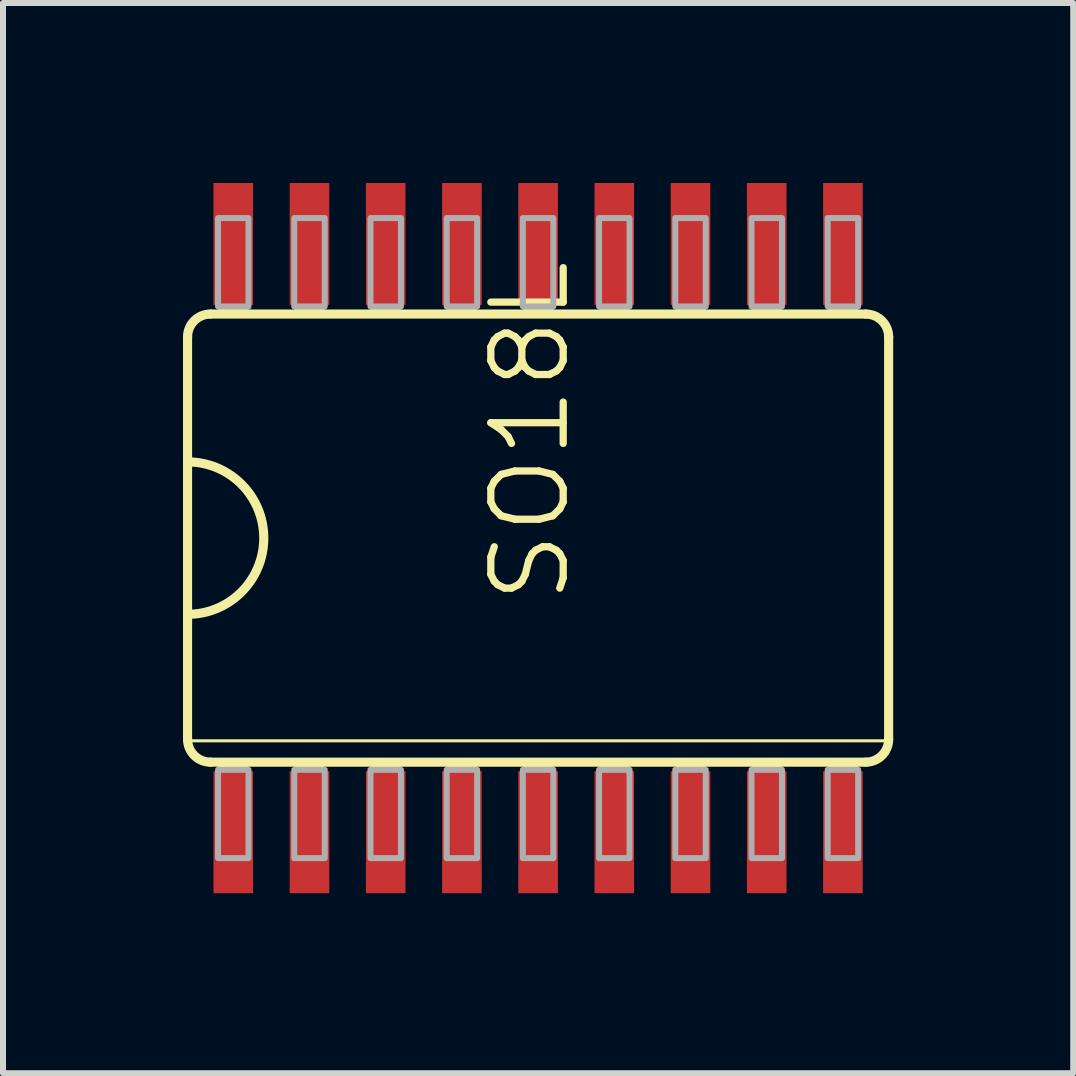
<source format=kicad_pcb>
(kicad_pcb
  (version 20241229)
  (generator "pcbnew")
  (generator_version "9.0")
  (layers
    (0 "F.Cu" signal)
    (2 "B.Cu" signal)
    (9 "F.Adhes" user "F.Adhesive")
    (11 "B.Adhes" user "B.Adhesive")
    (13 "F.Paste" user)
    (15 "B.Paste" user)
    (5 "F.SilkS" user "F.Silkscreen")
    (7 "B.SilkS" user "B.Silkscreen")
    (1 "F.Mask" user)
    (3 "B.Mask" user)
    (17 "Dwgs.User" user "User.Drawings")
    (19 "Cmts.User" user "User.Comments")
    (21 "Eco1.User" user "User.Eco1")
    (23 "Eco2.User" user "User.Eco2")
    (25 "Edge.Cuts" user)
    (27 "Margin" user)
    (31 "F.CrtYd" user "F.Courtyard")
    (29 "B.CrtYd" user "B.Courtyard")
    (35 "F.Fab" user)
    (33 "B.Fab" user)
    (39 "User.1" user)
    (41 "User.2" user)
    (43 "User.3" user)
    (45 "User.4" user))
  (footprint "SO18L"
    (layer "F.Cu")
    (at 5.918 5.918)
    (property "Reference" "SO18L" (at 0.572 1.143 90) (layer "F.SilkS") (effects (font (size 1.206 1.206) (thickness 0.121)) (justify left bottom)))
    (attr through_hole)
    (fp_line (start -5.842 -3.353) (end -5.842 3.353) (stroke (width 0.152) (type solid)) (layer "F.SilkS"))
    (fp_line (start -5.842 3.378) (end 5.842 3.378) (stroke (width 0.051) (type solid)) (layer "F.SilkS"))
    (fp_line (start -5.461 3.734) (end 5.461 3.734) (stroke (width 0.152) (type solid)) (layer "F.SilkS"))
    (fp_line (start 5.461 -3.734) (end -5.461 -3.734) (stroke (width 0.152) (type solid)) (layer "F.SilkS"))
    (fp_line (start 5.842 3.353) (end 5.842 -3.353) (stroke (width 0.152) (type solid)) (layer "F.SilkS"))
    (fp_arc (start -5.842 -3.3528) (mid -5.730408 -3.622208) (end -5.461 -3.7338) (stroke (width 0.1524) (type solid)) (layer "F.SilkS"))
    (fp_arc (start -5.842 -1.27) (mid -4.572 0) (end -5.842 1.27) (stroke (width 0.1524) (type solid)) (layer "F.SilkS"))
    (fp_arc (start -5.461 3.7338) (mid -5.730408 3.622208) (end -5.842 3.3528) (stroke (width 0.1524) (type solid)) (layer "F.SilkS"))
    (fp_arc (start 5.461 -3.7338) (mid 5.730408 -3.622208) (end 5.842 -3.3528) (stroke (width 0.1524) (type solid)) (layer "F.SilkS"))
    (fp_arc (start 5.842 3.3528) (mid 5.730408 3.622208) (end 5.461 3.7338) (stroke (width 0.1524) (type solid)) (layer "F.SilkS"))
    (fp_poly (pts (xy -5.334 -3.734) (xy -4.826 -3.734) (xy -4.826 -3.861) (xy -5.334 -3.861)) (stroke (width 0) (type solid)) (fill yes) (layer "F.SilkS"))
    (fp_poly (pts (xy -5.334 3.861) (xy -4.826 3.861) (xy -4.826 3.734) (xy -5.334 3.734)) (stroke (width 0) (type solid)) (fill yes) (layer "F.SilkS"))
    (fp_poly (pts (xy -4.064 -3.734) (xy -3.556 -3.734) (xy -3.556 -3.861) (xy -4.064 -3.861)) (stroke (width 0) (type solid)) (fill yes) (layer "F.SilkS"))
    (fp_poly (pts (xy -4.064 3.861) (xy -3.556 3.861) (xy -3.556 3.734) (xy -4.064 3.734)) (stroke (width 0) (type solid)) (fill yes) (layer "F.SilkS"))
    (fp_poly (pts (xy -2.794 -3.734) (xy -2.286 -3.734) (xy -2.286 -3.861) (xy -2.794 -3.861)) (stroke (width 0) (type solid)) (fill yes) (layer "F.SilkS"))
    (fp_poly (pts (xy -2.794 3.861) (xy -2.286 3.861) (xy -2.286 3.734) (xy -2.794 3.734)) (stroke (width 0) (type solid)) (fill yes) (layer "F.SilkS"))
    (fp_poly (pts (xy -1.524 -3.734) (xy -1.016 -3.734) (xy -1.016 -3.861) (xy -1.524 -3.861)) (stroke (width 0) (type solid)) (fill yes) (layer "F.SilkS"))
    (fp_poly (pts (xy -1.524 3.861) (xy -1.016 3.861) (xy -1.016 3.734) (xy -1.524 3.734)) (stroke (width 0) (type solid)) (fill yes) (layer "F.SilkS"))
    (fp_poly (pts (xy -0.254 -3.734) (xy 0.254 -3.734) (xy 0.254 -3.861) (xy -0.254 -3.861)) (stroke (width 0) (type solid)) (fill yes) (layer "F.SilkS"))
    (fp_poly (pts (xy -0.254 3.861) (xy 0.254 3.861) (xy 0.254 3.734) (xy -0.254 3.734)) (stroke (width 0) (type solid)) (fill yes) (layer "F.SilkS"))
    (fp_poly (pts (xy 1.016 -3.734) (xy 1.524 -3.734) (xy 1.524 -3.861) (xy 1.016 -3.861)) (stroke (width 0) (type solid)) (fill yes) (layer "F.SilkS"))
    (fp_poly (pts (xy 1.016 3.861) (xy 1.524 3.861) (xy 1.524 3.734) (xy 1.016 3.734)) (stroke (width 0) (type solid)) (fill yes) (layer "F.SilkS"))
    (fp_poly (pts (xy 2.286 -3.734) (xy 2.794 -3.734) (xy 2.794 -3.861) (xy 2.286 -3.861)) (stroke (width 0) (type solid)) (fill yes) (layer "F.SilkS"))
    (fp_poly (pts (xy 2.286 3.861) (xy 2.794 3.861) (xy 2.794 3.734) (xy 2.286 3.734)) (stroke (width 0) (type solid)) (fill yes) (layer "F.SilkS"))
    (fp_poly (pts (xy 3.556 -3.734) (xy 4.064 -3.734) (xy 4.064 -3.861) (xy 3.556 -3.861)) (stroke (width 0) (type solid)) (fill yes) (layer "F.SilkS"))
    (fp_poly (pts (xy 3.556 3.861) (xy 4.064 3.861) (xy 4.064 3.734) (xy 3.556 3.734)) (stroke (width 0) (type solid)) (fill yes) (layer "F.SilkS"))
    (fp_poly (pts (xy 4.826 -3.734) (xy 5.334 -3.734) (xy 5.334 -3.861) (xy 4.826 -3.861)) (stroke (width 0) (type solid)) (fill yes) (layer "F.SilkS"))
    (fp_poly (pts (xy 4.826 3.861) (xy 5.334 3.861) (xy 5.334 3.734) (xy 4.826 3.734)) (stroke (width 0) (type solid)) (fill yes) (layer "F.SilkS"))
    (fp_poly (pts (xy -5.334 -3.861) (xy -4.826 -3.861) (xy -4.826 -5.334) (xy -5.334 -5.334)) (stroke (width 0.1) (type solid)) (fill no) (layer "F.Fab"))
    (fp_poly (pts (xy -5.334 5.334) (xy -4.826 5.334) (xy -4.826 3.861) (xy -5.334 3.861)) (stroke (width 0.1) (type solid)) (fill no) (layer "F.Fab"))
    (fp_poly (pts (xy -4.064 -3.861) (xy -3.556 -3.861) (xy -3.556 -5.334) (xy -4.064 -5.334)) (stroke (width 0.1) (type solid)) (fill no) (layer "F.Fab"))
    (fp_poly (pts (xy -4.064 5.334) (xy -3.556 5.334) (xy -3.556 3.861) (xy -4.064 3.861)) (stroke (width 0.1) (type solid)) (fill no) (layer "F.Fab"))
    (fp_poly (pts (xy -2.794 -3.861) (xy -2.286 -3.861) (xy -2.286 -5.334) (xy -2.794 -5.334)) (stroke (width 0.1) (type solid)) (fill no) (layer "F.Fab"))
    (fp_poly (pts (xy -2.794 5.334) (xy -2.286 5.334) (xy -2.286 3.861) (xy -2.794 3.861)) (stroke (width 0.1) (type solid)) (fill no) (layer "F.Fab"))
    (fp_poly (pts (xy -1.524 -3.861) (xy -1.016 -3.861) (xy -1.016 -5.334) (xy -1.524 -5.334)) (stroke (width 0.1) (type solid)) (fill no) (layer "F.Fab"))
    (fp_poly (pts (xy -1.524 5.334) (xy -1.016 5.334) (xy -1.016 3.861) (xy -1.524 3.861)) (stroke (width 0.1) (type solid)) (fill no) (layer "F.Fab"))
    (fp_poly (pts (xy -0.254 -3.861) (xy 0.254 -3.861) (xy 0.254 -5.334) (xy -0.254 -5.334)) (stroke (width 0.1) (type solid)) (fill no) (layer "F.Fab"))
    (fp_poly (pts (xy -0.254 5.334) (xy 0.254 5.334) (xy 0.254 3.861) (xy -0.254 3.861)) (stroke (width 0.1) (type solid)) (fill no) (layer "F.Fab"))
    (fp_poly (pts (xy 1.016 -3.861) (xy 1.524 -3.861) (xy 1.524 -5.334) (xy 1.016 -5.334)) (stroke (width 0.1) (type solid)) (fill no) (layer "F.Fab"))
    (fp_poly (pts (xy 1.016 5.334) (xy 1.524 5.334) (xy 1.524 3.861) (xy 1.016 3.861)) (stroke (width 0.1) (type solid)) (fill no) (layer "F.Fab"))
    (fp_poly (pts (xy 2.286 -3.861) (xy 2.794 -3.861) (xy 2.794 -5.334) (xy 2.286 -5.334)) (stroke (width 0.1) (type solid)) (fill no) (layer "F.Fab"))
    (fp_poly (pts (xy 2.286 5.334) (xy 2.794 5.334) (xy 2.794 3.861) (xy 2.286 3.861)) (stroke (width 0.1) (type solid)) (fill no) (layer "F.Fab"))
    (fp_poly (pts (xy 3.556 -3.861) (xy 4.064 -3.861) (xy 4.064 -5.334) (xy 3.556 -5.334)) (stroke (width 0.1) (type solid)) (fill no) (layer "F.Fab"))
    (fp_poly (pts (xy 3.556 5.334) (xy 4.064 5.334) (xy 4.064 3.861) (xy 3.556 3.861)) (stroke (width 0.1) (type solid)) (fill no) (layer "F.Fab"))
    (fp_poly (pts (xy 4.826 -3.861) (xy 5.334 -3.861) (xy 5.334 -5.334) (xy 4.826 -5.334)) (stroke (width 0.1) (type solid)) (fill no) (layer "F.Fab"))
    (fp_poly (pts (xy 4.826 5.334) (xy 5.334 5.334) (xy 5.334 3.861) (xy 4.826 3.861)) (stroke (width 0.1) (type solid)) (fill no) (layer "F.Fab"))
    (pad "1" smd rect (at -5.08 4.902) (size 0.66 2.032) (layers "F.Cu" "F.Mask" "F.Paste"))
    (pad "2" smd rect (at -3.81 4.902) (size 0.66 2.032) (layers "F.Cu" "F.Mask" "F.Paste"))
    (pad "3" smd rect (at -2.54 4.902) (size 0.66 2.032) (layers "F.Cu" "F.Mask" "F.Paste"))
    (pad "4" smd rect (at -1.27 4.902) (size 0.66 2.032) (layers "F.Cu" "F.Mask" "F.Paste"))
    (pad "5" smd rect (at 0 4.902) (size 0.66 2.032) (layers "F.Cu" "F.Mask" "F.Paste"))
    (pad "6" smd rect (at 1.27 4.902) (size 0.66 2.032) (layers "F.Cu" "F.Mask" "F.Paste"))
    (pad "7" smd rect (at 2.54 4.902) (size 0.66 2.032) (layers "F.Cu" "F.Mask" "F.Paste"))
    (pad "8" smd rect (at 3.81 4.902) (size 0.66 2.032) (layers "F.Cu" "F.Mask" "F.Paste"))
    (pad "9" smd rect (at 5.08 4.902) (size 0.66 2.032) (layers "F.Cu" "F.Mask" "F.Paste"))
    (pad "10" smd rect (at 5.08 -4.902) (size 0.66 2.032) (layers "F.Cu" "F.Mask" "F.Paste"))
    (pad "11" smd rect (at 3.81 -4.902) (size 0.66 2.032) (layers "F.Cu" "F.Mask" "F.Paste"))
    (pad "12" smd rect (at 2.54 -4.902) (size 0.66 2.032) (layers "F.Cu" "F.Mask" "F.Paste"))
    (pad "13" smd rect (at 1.27 -4.902) (size 0.66 2.032) (layers "F.Cu" "F.Mask" "F.Paste"))
    (pad "14" smd rect (at 0 -4.902) (size 0.66 2.032) (layers "F.Cu" "F.Mask" "F.Paste"))
    (pad "15" smd rect (at -1.27 -4.902) (size 0.66 2.032) (layers "F.Cu" "F.Mask" "F.Paste"))
    (pad "16" smd rect (at -2.54 -4.902) (size 0.66 2.032) (layers "F.Cu" "F.Mask" "F.Paste"))
    (pad "17" smd rect (at -3.81 -4.902) (size 0.66 2.032) (layers "F.Cu" "F.Mask" "F.Paste"))
    (pad "18" smd rect (at -5.08 -4.902) (size 0.66 2.032) (layers "F.Cu" "F.Mask" "F.Paste")))
  (gr_rect
    (start -3 -3)
    (end 14.836 14.836)
    (stroke (width 0.1) (type default))
    (fill no)
    (layer "Edge.Cuts")))
</source>
